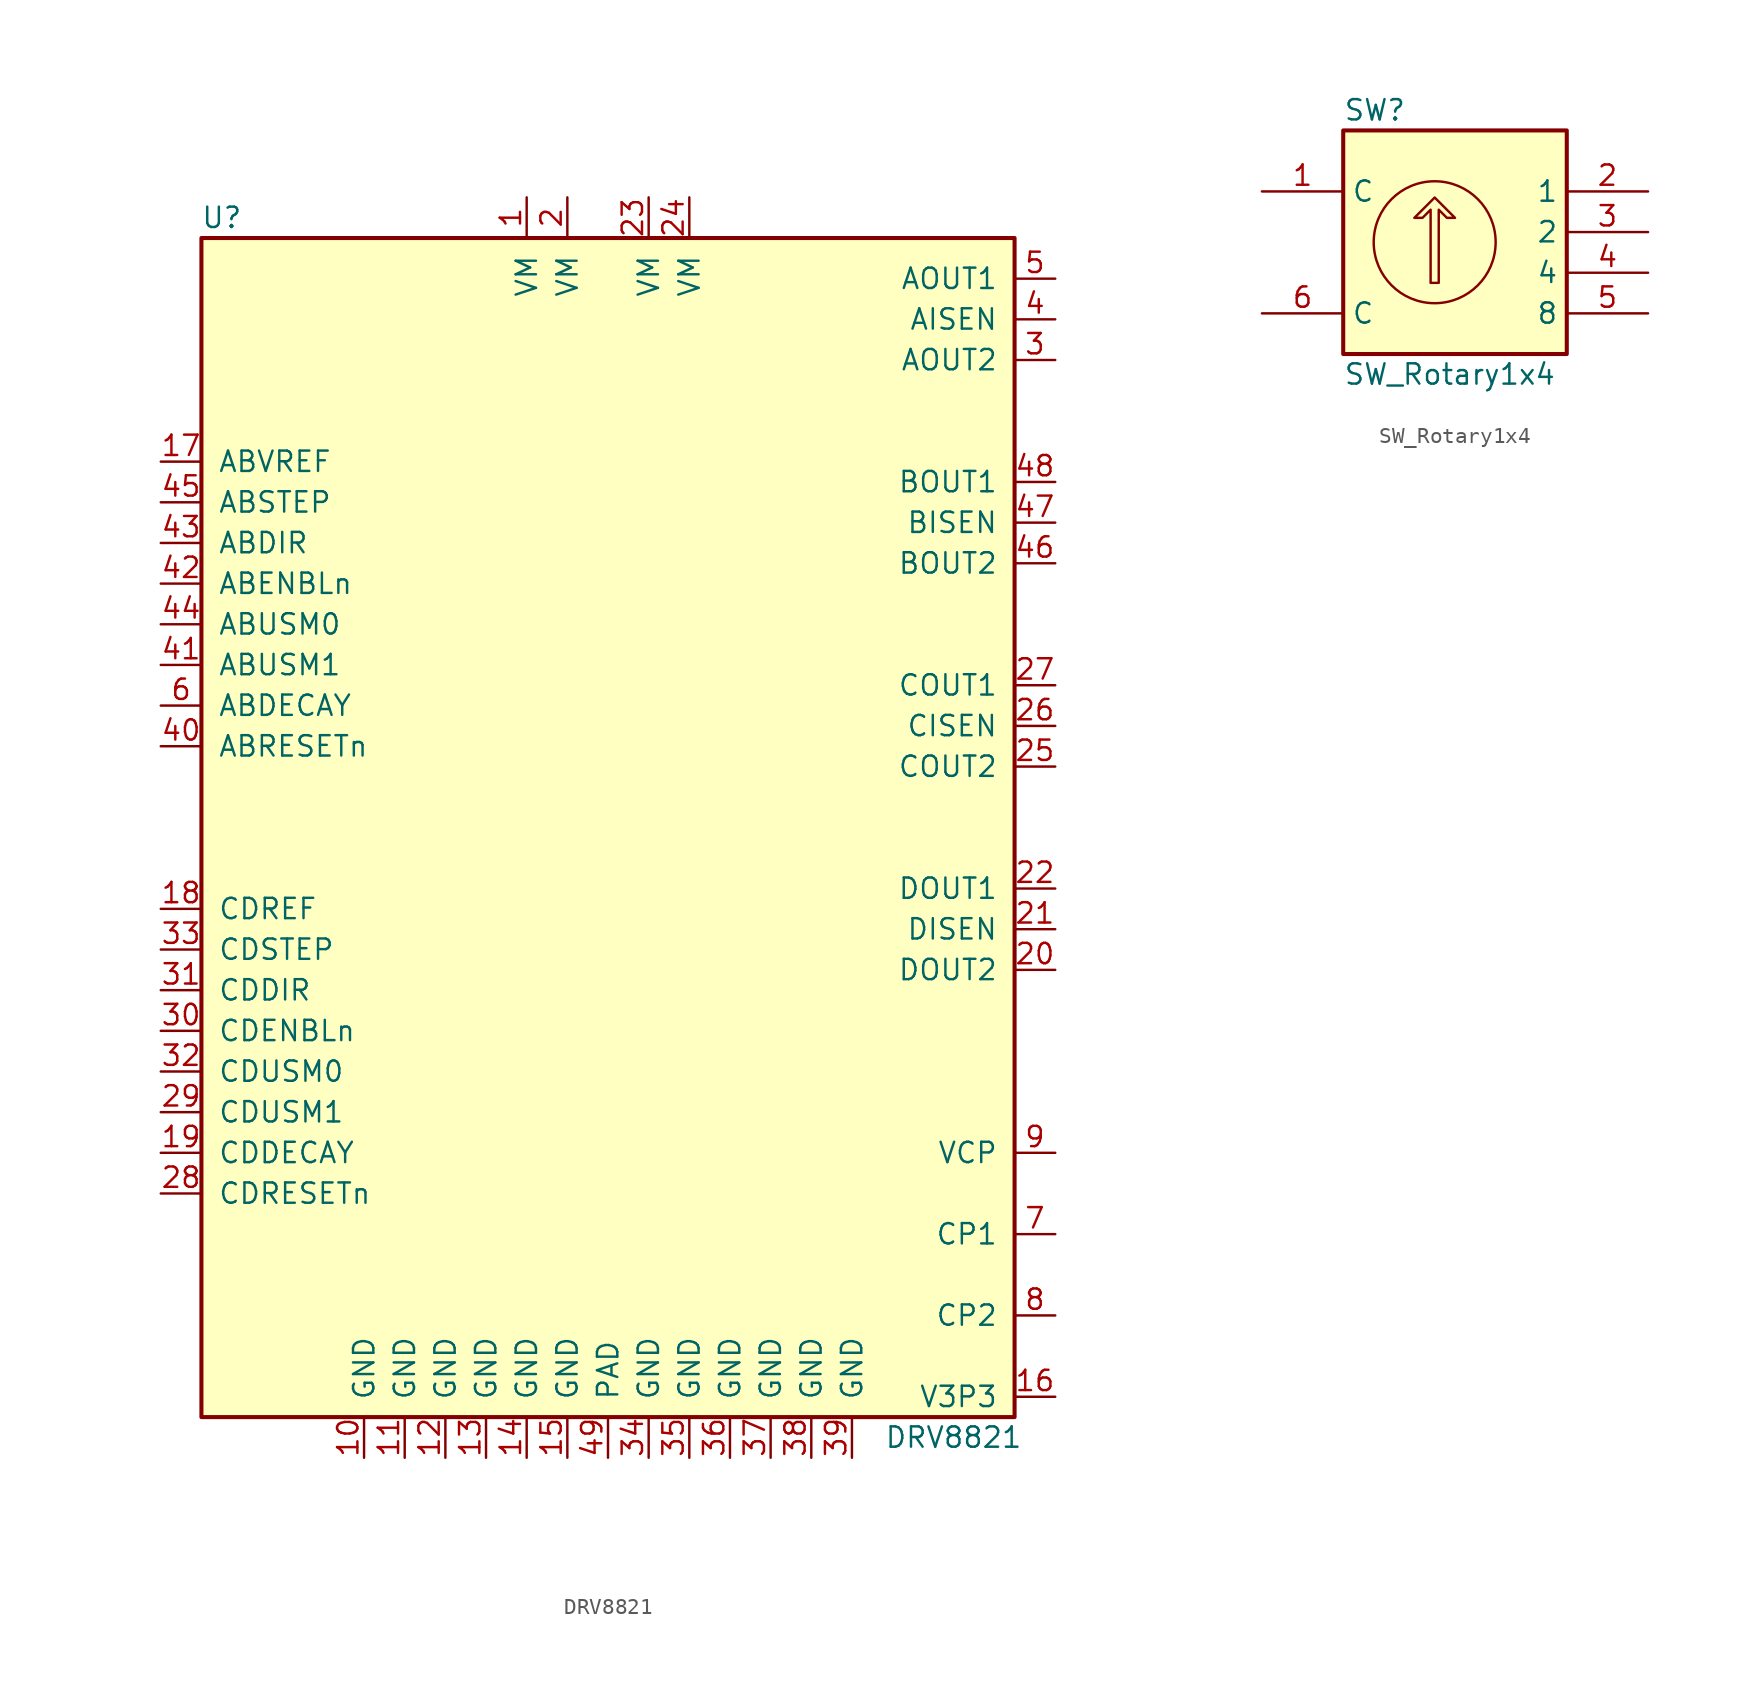
<source format=kicad_sym>
(kicad_symbol_lib
  (version 20211014)
  (generator kicad_symbol_editor)
  (symbol "DRV8821"
    (pin_names
      (offset 1.016))
    (property "Reference" "U"
      (at -24.13 38.1 0)
      (effects (font (size 1.27 1.27))))
    (property "Value" "DRV8821"
      (at 21.59 -38.1 0)
      (effects (font (size 1.27 1.27))))
    (symbol "DRV8821_0_0"
      (pin power_in line (at -5.08 39.37 270) (length 2.54) (name "VM" (effects (font (size 1.27 1.27)))) (number "1" (effects (font (size 1.27 1.27)))))
      (pin power_in line (at -15.24 -39.37 90) (length 2.54) (name "GND" (effects (font (size 1.27 1.27)))) (number "10" (effects (font (size 1.27 1.27)))))
      (pin power_in line (at -12.7 -39.37 90) (length 2.54) (name "GND" (effects (font (size 1.27 1.27)))) (number "11" (effects (font (size 1.27 1.27)))))
      (pin power_in line (at -10.16 -39.37 90) (length 2.54) (name "GND" (effects (font (size 1.27 1.27)))) (number "12" (effects (font (size 1.27 1.27)))))
      (pin power_in line (at -7.62 -39.37 90) (length 2.54) (name "GND" (effects (font (size 1.27 1.27)))) (number "13" (effects (font (size 1.27 1.27)))))
      (pin power_in line (at -5.08 -39.37 90) (length 2.54) (name "GND" (effects (font (size 1.27 1.27)))) (number "14" (effects (font (size 1.27 1.27)))))
      (pin power_in line (at -2.54 -39.37 90) (length 2.54) (name "GND" (effects (font (size 1.27 1.27)))) (number "15" (effects (font (size 1.27 1.27)))))
      (pin power_out line (at 27.94 -35.56 180) (length 2.54) (name "V3P3" (effects (font (size 1.27 1.27)))) (number "16" (effects (font (size 1.27 1.27)))))
      (pin input line (at -27.94 22.86 0) (length 2.54) (name "ABVREF" (effects (font (size 1.27 1.27)))) (number "17" (effects (font (size 1.27 1.27)))))
      (pin input line (at -27.94 -5.08 0) (length 2.54) (name "CDREF" (effects (font (size 1.27 1.27)))) (number "18" (effects (font (size 1.27 1.27)))))
      (pin input line (at -27.94 -20.32 0) (length 2.54) (name "CDDECAY" (effects (font (size 1.27 1.27)))) (number "19" (effects (font (size 1.27 1.27)))))
      (pin power_in line (at -2.54 39.37 270) (length 2.54) (name "VM" (effects (font (size 1.27 1.27)))) (number "2" (effects (font (size 1.27 1.27)))))
      (pin power_out line (at 27.94 -8.89 180) (length 2.54) (name "DOUT2" (effects (font (size 1.27 1.27)))) (number "20" (effects (font (size 1.27 1.27)))))
      (pin input line (at 27.94 -6.35 180) (length 2.54) (name "DISEN" (effects (font (size 1.27 1.27)))) (number "21" (effects (font (size 1.27 1.27)))))
      (pin power_out line (at 27.94 -3.81 180) (length 2.54) (name "DOUT1" (effects (font (size 1.27 1.27)))) (number "22" (effects (font (size 1.27 1.27)))))
      (pin power_in line (at 2.54 39.37 270) (length 2.54) (name "VM" (effects (font (size 1.27 1.27)))) (number "23" (effects (font (size 1.27 1.27)))))
      (pin power_in line (at 5.08 39.37 270) (length 2.54) (name "VM" (effects (font (size 1.27 1.27)))) (number "24" (effects (font (size 1.27 1.27)))))
      (pin power_out line (at 27.94 3.81 180) (length 2.54) (name "COUT2" (effects (font (size 1.27 1.27)))) (number "25" (effects (font (size 1.27 1.27)))))
      (pin input line (at 27.94 6.35 180) (length 2.54) (name "CISEN" (effects (font (size 1.27 1.27)))) (number "26" (effects (font (size 1.27 1.27)))))
      (pin power_out line (at 27.94 8.89 180) (length 2.54) (name "COUT1" (effects (font (size 1.27 1.27)))) (number "27" (effects (font (size 1.27 1.27)))))
      (pin input line (at -27.94 -22.86 0) (length 2.54) (name "CDRESETn" (effects (font (size 1.27 1.27)))) (number "28" (effects (font (size 1.27 1.27)))))
      (pin input line (at -27.94 -17.78 0) (length 2.54) (name "CDUSM1" (effects (font (size 1.27 1.27)))) (number "29" (effects (font (size 1.27 1.27)))))
      (pin power_out line (at 27.94 29.21 180) (length 2.54) (name "AOUT2" (effects (font (size 1.27 1.27)))) (number "3" (effects (font (size 1.27 1.27)))))
      (pin input line (at -27.94 -12.7 0) (length 2.54) (name "CDENBLn" (effects (font (size 1.27 1.27)))) (number "30" (effects (font (size 1.27 1.27)))))
      (pin input line (at -27.94 -10.16 0) (length 2.54) (name "CDDIR" (effects (font (size 1.27 1.27)))) (number "31" (effects (font (size 1.27 1.27)))))
      (pin input line (at -27.94 -15.24 0) (length 2.54) (name "CDUSM0" (effects (font (size 1.27 1.27)))) (number "32" (effects (font (size 1.27 1.27)))))
      (pin input line (at -27.94 -7.62 0) (length 2.54) (name "CDSTEP" (effects (font (size 1.27 1.27)))) (number "33" (effects (font (size 1.27 1.27)))))
      (pin power_in line (at 2.54 -39.37 90) (length 2.54) (name "GND" (effects (font (size 1.27 1.27)))) (number "34" (effects (font (size 1.27 1.27)))))
      (pin power_in line (at 5.08 -39.37 90) (length 2.54) (name "GND" (effects (font (size 1.27 1.27)))) (number "35" (effects (font (size 1.27 1.27)))))
      (pin power_in line (at 7.62 -39.37 90) (length 2.54) (name "GND" (effects (font (size 1.27 1.27)))) (number "36" (effects (font (size 1.27 1.27)))))
      (pin power_in line (at 10.16 -39.37 90) (length 2.54) (name "GND" (effects (font (size 1.27 1.27)))) (number "37" (effects (font (size 1.27 1.27)))))
      (pin power_in line (at 12.7 -39.37 90) (length 2.54) (name "GND" (effects (font (size 1.27 1.27)))) (number "38" (effects (font (size 1.27 1.27)))))
      (pin power_in line (at 15.24 -39.37 90) (length 2.54) (name "GND" (effects (font (size 1.27 1.27)))) (number "39" (effects (font (size 1.27 1.27)))))
      (pin input line (at 27.94 31.75 180) (length 2.54) (name "AISEN" (effects (font (size 1.27 1.27)))) (number "4" (effects (font (size 1.27 1.27)))))
      (pin input line (at -27.94 5.08 0) (length 2.54) (name "ABRESETn" (effects (font (size 1.27 1.27)))) (number "40" (effects (font (size 1.27 1.27)))))
      (pin input line (at -27.94 10.16 0) (length 2.54) (name "ABUSM1" (effects (font (size 1.27 1.27)))) (number "41" (effects (font (size 1.27 1.27)))))
      (pin input line (at -27.94 15.24 0) (length 2.54) (name "ABENBLn" (effects (font (size 1.27 1.27)))) (number "42" (effects (font (size 1.27 1.27)))))
      (pin input line (at -27.94 17.78 0) (length 2.54) (name "ABDIR" (effects (font (size 1.27 1.27)))) (number "43" (effects (font (size 1.27 1.27)))))
      (pin input line (at -27.94 12.7 0) (length 2.54) (name "ABUSM0" (effects (font (size 1.27 1.27)))) (number "44" (effects (font (size 1.27 1.27)))))
      (pin input line (at -27.94 20.32 0) (length 2.54) (name "ABSTEP" (effects (font (size 1.27 1.27)))) (number "45" (effects (font (size 1.27 1.27)))))
      (pin power_out line (at 27.94 16.51 180) (length 2.54) (name "BOUT2" (effects (font (size 1.27 1.27)))) (number "46" (effects (font (size 1.27 1.27)))))
      (pin input line (at 27.94 19.05 180) (length 2.54) (name "BISEN" (effects (font (size 1.27 1.27)))) (number "47" (effects (font (size 1.27 1.27)))))
      (pin power_out line (at 27.94 21.59 180) (length 2.54) (name "BOUT1" (effects (font (size 1.27 1.27)))) (number "48" (effects (font (size 1.27 1.27)))))
      (pin power_out line (at 27.94 34.29 180) (length 2.54) (name "AOUT1" (effects (font (size 1.27 1.27)))) (number "5" (effects (font (size 1.27 1.27)))))
      (pin input line (at -27.94 7.62 0) (length 2.54) (name "ABDECAY" (effects (font (size 1.27 1.27)))) (number "6" (effects (font (size 1.27 1.27)))))
      (pin bidirectional line (at 27.94 -25.4 180) (length 2.54) (name "CP1" (effects (font (size 1.27 1.27)))) (number "7" (effects (font (size 1.27 1.27)))))
      (pin bidirectional line (at 27.94 -30.48 180) (length 2.54) (name "CP2" (effects (font (size 1.27 1.27)))) (number "8" (effects (font (size 1.27 1.27)))))
      (pin bidirectional line (at 27.94 -20.32 180) (length 2.54) (name "VCP" (effects (font (size 1.27 1.27)))) (number "9" (effects (font (size 1.27 1.27))))))
    (symbol "DRV8821_0_1"
      (rectangle (start -25.4 36.83) (end 25.4 -36.83) (stroke (width 0.254) (type default) (color 0 0 0 0)) (fill (type background))))
    (symbol "DRV8821_1_1"
      (pin power_in line (at 0 -39.37 90) (length 2.54) (name "PAD" (effects (font (size 1.27 1.27)))) (number "49" (effects (font (size 1.27 1.27)))))))
  (symbol "SW_Rotary1x4"
    (property "Reference" "SW"
      (at -6.35 8.89 0)
      (effects (font (size 1.27 1.27)) (justify left)))
    (property "Value" "SW_Rotary1x4"
      (at -6.35 -7.62 0)
      (effects (font (size 1.27 1.27)) (justify left)))
    (symbol "SW_Rotary1x4_0_1"
      (circle (center -0.635 0.635) (radius 3.81) (stroke (width 0) (type default) (color 0 0 0 0)) (fill (type none)))
      (polyline (pts (xy -0.889 -1.905) (xy -0.889 2.667) (xy -1.397 2.159) (xy -1.905 2.159) (xy -0.635 3.429) (xy 0.635 2.159) (xy 0.127 2.159) (xy -0.381 2.667) (xy -0.381 -1.905) (xy -0.889 -1.905) (xy -0.889 -1.905)) (stroke (width 0) (type default) (color 0 0 0 0)) (fill (type none)))
      (rectangle (start 7.62 7.62) (end -6.35 -6.35) (stroke (width 0.254) (type default) (color 0 0 0 0)) (fill (type background))))
    (symbol "SW_Rotary1x4_1_1"
      (pin passive line (at -11.43 3.81 0) (length 5.08) (name "C" (effects (font (size 1.27 1.27)))) (number "1" (effects (font (size 1.27 1.27)))))
      (pin passive line (at 12.7 3.81 180) (length 5.08) (name "1" (effects (font (size 1.27 1.27)))) (number "2" (effects (font (size 1.27 1.27)))))
      (pin passive line (at 12.7 1.27 180) (length 5.08) (name "2" (effects (font (size 1.27 1.27)))) (number "3" (effects (font (size 1.27 1.27)))))
      (pin passive line (at 12.7 -1.27 180) (length 5.08) (name "4" (effects (font (size 1.27 1.27)))) (number "4" (effects (font (size 1.27 1.27)))))
      (pin passive line (at 12.7 -3.81 180) (length 5.08) (name "8" (effects (font (size 1.27 1.27)))) (number "5" (effects (font (size 1.27 1.27)))))
      (pin passive line (at -11.43 -3.81 0) (length 5.08) (name "C" (effects (font (size 1.27 1.27)))) (number "6" (effects (font (size 1.27 1.27))))))))
</source>
